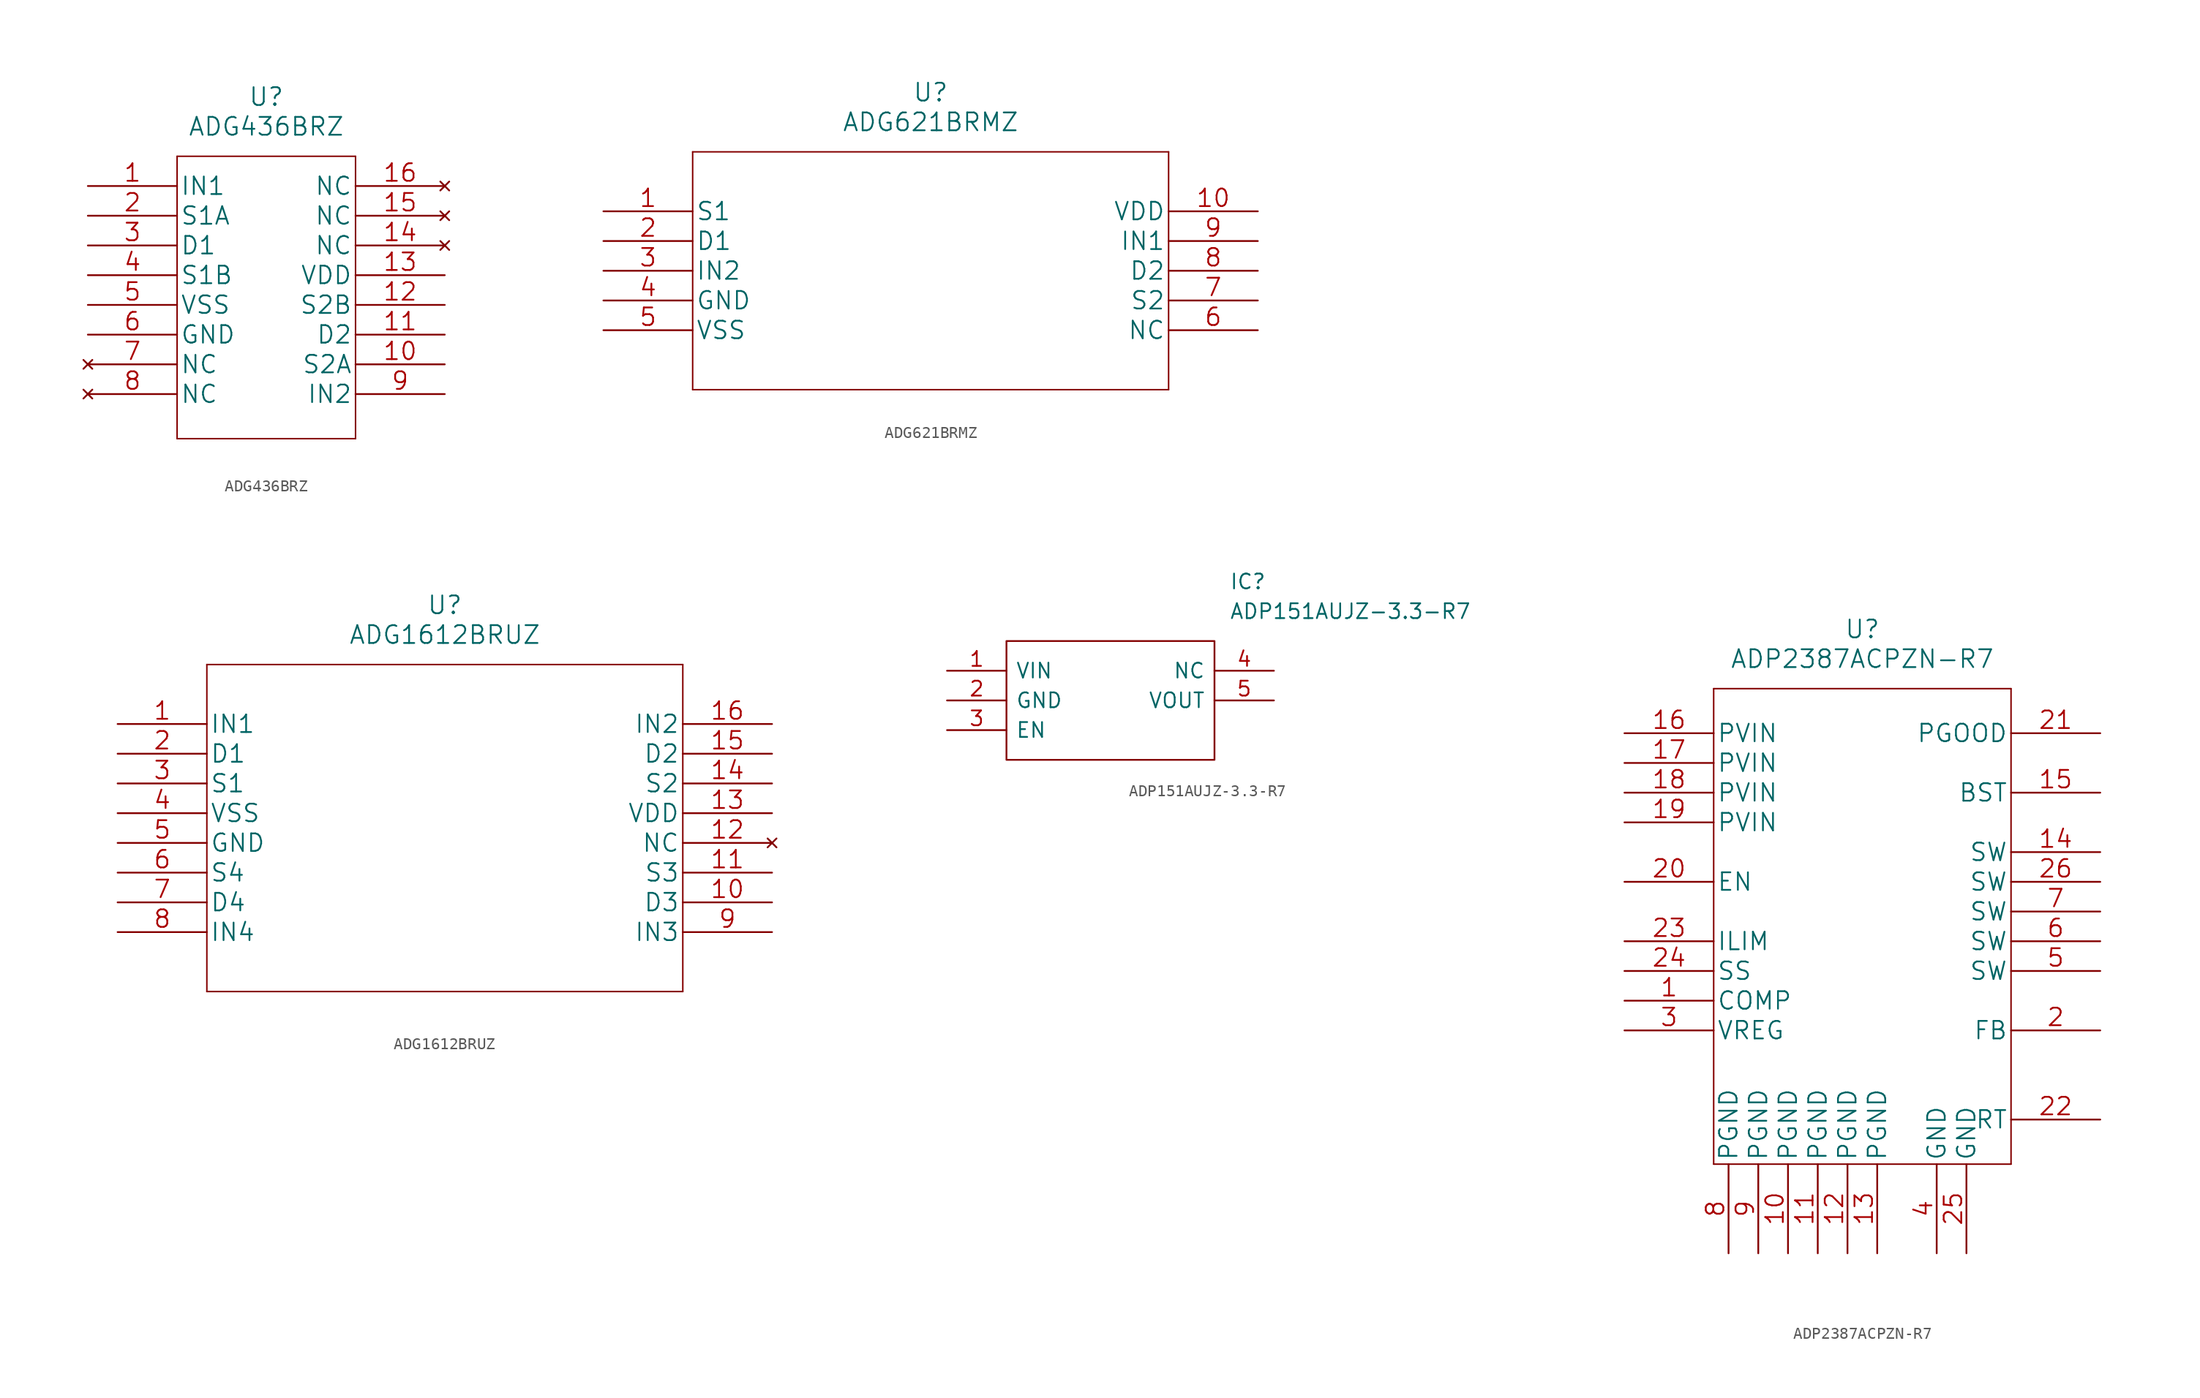
<source format=kicad_sym>
(kicad_symbol_lib
  (version 20211014)
  (generator kicad_symbol_editor)
  (symbol "ADG436BRZ"
    (pin_names
      (offset 0.254))
    (property "Reference" "U"
      (at 30.48 7.62 0)
      (effects (font (size 1.524 1.524))))
    (property "Value" "ADG436BRZ"
      (at 30.48 5.08 0)
      (effects (font (size 1.524 1.524))))
    (property "Datasheet" ""
      (at 15.24 0 0)
      (effects (font (size 1.524 1.524))))
    (property "ki_locked" ""
      (at 0 0 0)
      (effects (font (size 1.27 1.27))))
    (symbol "ADG436BRZ_1_1"
      (polyline (pts (xy 22.86 -21.59) (xy 38.1 -21.59)) (stroke (width 0.127) (type default) (color 0 0 0 0)) (fill (type none)))
      (polyline (pts (xy 22.86 2.54) (xy 22.86 -21.59)) (stroke (width 0.127) (type default) (color 0 0 0 0)) (fill (type none)))
      (polyline (pts (xy 38.1 -21.59) (xy 38.1 2.54)) (stroke (width 0.127) (type default) (color 0 0 0 0)) (fill (type none)))
      (polyline (pts (xy 38.1 2.54) (xy 22.86 2.54)) (stroke (width 0.127) (type default) (color 0 0 0 0)) (fill (type none)))
      (pin input line (at 15.24 0 0) (length 7.62) (name "IN1" (effects (font (size 1.499 1.499)))) (number "1" (effects (font (size 1.499 1.499)))))
      (pin bidirectional line (at 45.72 -15.24 180) (length 7.62) (name "S2A" (effects (font (size 1.499 1.499)))) (number "10" (effects (font (size 1.499 1.499)))))
      (pin bidirectional line (at 45.72 -12.7 180) (length 7.62) (name "D2" (effects (font (size 1.499 1.499)))) (number "11" (effects (font (size 1.499 1.499)))))
      (pin bidirectional line (at 45.72 -10.16 180) (length 7.62) (name "S2B" (effects (font (size 1.499 1.499)))) (number "12" (effects (font (size 1.499 1.499)))))
      (pin power_in line (at 45.72 -7.62 180) (length 7.62) (name "VDD" (effects (font (size 1.499 1.499)))) (number "13" (effects (font (size 1.499 1.499)))))
      (pin no_connect line (at 45.72 -5.08 180) (length 7.62) (name "NC" (effects (font (size 1.499 1.499)))) (number "14" (effects (font (size 1.499 1.499)))))
      (pin no_connect line (at 45.72 -2.54 180) (length 7.62) (name "NC" (effects (font (size 1.499 1.499)))) (number "15" (effects (font (size 1.499 1.499)))))
      (pin no_connect line (at 45.72 0 180) (length 7.62) (name "NC" (effects (font (size 1.499 1.499)))) (number "16" (effects (font (size 1.499 1.499)))))
      (pin bidirectional line (at 15.24 -2.54 0) (length 7.62) (name "S1A" (effects (font (size 1.499 1.499)))) (number "2" (effects (font (size 1.499 1.499)))))
      (pin bidirectional line (at 15.24 -5.08 0) (length 7.62) (name "D1" (effects (font (size 1.499 1.499)))) (number "3" (effects (font (size 1.499 1.499)))))
      (pin bidirectional line (at 15.24 -7.62 0) (length 7.62) (name "S1B" (effects (font (size 1.499 1.499)))) (number "4" (effects (font (size 1.499 1.499)))))
      (pin power_in line (at 15.24 -10.16 0) (length 7.62) (name "VSS" (effects (font (size 1.499 1.499)))) (number "5" (effects (font (size 1.499 1.499)))))
      (pin power_in line (at 15.24 -12.7 0) (length 7.62) (name "GND" (effects (font (size 1.499 1.499)))) (number "6" (effects (font (size 1.499 1.499)))))
      (pin no_connect line (at 15.24 -15.24 0) (length 7.62) (name "NC" (effects (font (size 1.499 1.499)))) (number "7" (effects (font (size 1.499 1.499)))))
      (pin no_connect line (at 15.24 -17.78 0) (length 7.62) (name "NC" (effects (font (size 1.499 1.499)))) (number "8" (effects (font (size 1.499 1.499)))))
      (pin input line (at 45.72 -17.78 180) (length 7.62) (name "IN2" (effects (font (size 1.499 1.499)))) (number "9" (effects (font (size 1.499 1.499)))))))
  (symbol "ADG621BRMZ"
    (pin_names
      (offset 0.254))
    (property "Reference" "U"
      (at 27.94 10.16 0)
      (effects (font (size 1.524 1.524))))
    (property "Value" "ADG621BRMZ"
      (at 27.94 7.62 0)
      (effects (font (size 1.524 1.524))))
    (property "Datasheet" ""
      (at 0 0 0)
      (effects (font (size 1.524 1.524))))
    (property "ki_locked" ""
      (at 0 0 0)
      (effects (font (size 1.27 1.27))))
    (symbol "ADG621BRMZ_1_1"
      (polyline (pts (xy 7.62 -15.24) (xy 48.26 -15.24)) (stroke (width 0.127) (type default) (color 0 0 0 0)) (fill (type none)))
      (polyline (pts (xy 7.62 5.08) (xy 7.62 -15.24)) (stroke (width 0.127) (type default) (color 0 0 0 0)) (fill (type none)))
      (polyline (pts (xy 48.26 -15.24) (xy 48.26 5.08)) (stroke (width 0.127) (type default) (color 0 0 0 0)) (fill (type none)))
      (polyline (pts (xy 48.26 5.08) (xy 7.62 5.08)) (stroke (width 0.127) (type default) (color 0 0 0 0)) (fill (type none)))
      (pin unspecified line (at 0 0 0) (length 7.62) (name "S1" (effects (font (size 1.499 1.499)))) (number "1" (effects (font (size 1.499 1.499)))))
      (pin power_in line (at 55.88 0 180) (length 7.62) (name "VDD" (effects (font (size 1.499 1.499)))) (number "10" (effects (font (size 1.499 1.499)))))
      (pin unspecified line (at 0 -2.54 0) (length 7.62) (name "D1" (effects (font (size 1.499 1.499)))) (number "2" (effects (font (size 1.499 1.499)))))
      (pin unspecified line (at 0 -5.08 0) (length 7.62) (name "IN2" (effects (font (size 1.499 1.499)))) (number "3" (effects (font (size 1.499 1.499)))))
      (pin unspecified line (at 0 -7.62 0) (length 7.62) (name "GND" (effects (font (size 1.499 1.499)))) (number "4" (effects (font (size 1.499 1.499)))))
      (pin power_in line (at 0 -10.16 0) (length 7.62) (name "VSS" (effects (font (size 1.499 1.499)))) (number "5" (effects (font (size 1.499 1.499)))))
      (pin unspecified line (at 55.88 -10.16 180) (length 7.62) (name "NC" (effects (font (size 1.499 1.499)))) (number "6" (effects (font (size 1.499 1.499)))))
      (pin unspecified line (at 55.88 -7.62 180) (length 7.62) (name "S2" (effects (font (size 1.499 1.499)))) (number "7" (effects (font (size 1.499 1.499)))))
      (pin unspecified line (at 55.88 -5.08 180) (length 7.62) (name "D2" (effects (font (size 1.499 1.499)))) (number "8" (effects (font (size 1.499 1.499)))))
      (pin unspecified line (at 55.88 -2.54 180) (length 7.62) (name "IN1" (effects (font (size 1.499 1.499)))) (number "9" (effects (font (size 1.499 1.499)))))))
  (symbol "ADG1612BRUZ"
    (pin_names
      (offset 0.254))
    (property "Reference" "U"
      (at 27.94 10.16 0)
      (effects (font (size 1.524 1.524))))
    (property "Value" "ADG1612BRUZ"
      (at 27.94 7.62 0)
      (effects (font (size 1.524 1.524))))
    (property "Datasheet" ""
      (at 0 0 0)
      (effects (font (size 1.524 1.524))))
    (property "ki_locked" ""
      (at 0 0 0)
      (effects (font (size 1.27 1.27))))
    (symbol "ADG1612BRUZ_1_1"
      (polyline (pts (xy 7.62 -22.86) (xy 48.26 -22.86)) (stroke (width 0.127) (type default) (color 0 0 0 0)) (fill (type none)))
      (polyline (pts (xy 7.62 5.08) (xy 7.62 -22.86)) (stroke (width 0.127) (type default) (color 0 0 0 0)) (fill (type none)))
      (polyline (pts (xy 48.26 -22.86) (xy 48.26 5.08)) (stroke (width 0.127) (type default) (color 0 0 0 0)) (fill (type none)))
      (polyline (pts (xy 48.26 5.08) (xy 7.62 5.08)) (stroke (width 0.127) (type default) (color 0 0 0 0)) (fill (type none)))
      (pin input line (at 0 0 0) (length 7.62) (name "IN1" (effects (font (size 1.499 1.499)))) (number "1" (effects (font (size 1.499 1.499)))))
      (pin bidirectional line (at 55.88 -15.24 180) (length 7.62) (name "D3" (effects (font (size 1.499 1.499)))) (number "10" (effects (font (size 1.499 1.499)))))
      (pin bidirectional line (at 55.88 -12.7 180) (length 7.62) (name "S3" (effects (font (size 1.499 1.499)))) (number "11" (effects (font (size 1.499 1.499)))))
      (pin no_connect line (at 55.88 -10.16 180) (length 7.62) (name "NC" (effects (font (size 1.499 1.499)))) (number "12" (effects (font (size 1.499 1.499)))))
      (pin power_in line (at 55.88 -7.62 180) (length 7.62) (name "VDD" (effects (font (size 1.499 1.499)))) (number "13" (effects (font (size 1.499 1.499)))))
      (pin bidirectional line (at 55.88 -5.08 180) (length 7.62) (name "S2" (effects (font (size 1.499 1.499)))) (number "14" (effects (font (size 1.499 1.499)))))
      (pin bidirectional line (at 55.88 -2.54 180) (length 7.62) (name "D2" (effects (font (size 1.499 1.499)))) (number "15" (effects (font (size 1.499 1.499)))))
      (pin input line (at 55.88 0 180) (length 7.62) (name "IN2" (effects (font (size 1.499 1.499)))) (number "16" (effects (font (size 1.499 1.499)))))
      (pin bidirectional line (at 0 -2.54 0) (length 7.62) (name "D1" (effects (font (size 1.499 1.499)))) (number "2" (effects (font (size 1.499 1.499)))))
      (pin bidirectional line (at 0 -5.08 0) (length 7.62) (name "S1" (effects (font (size 1.499 1.499)))) (number "3" (effects (font (size 1.499 1.499)))))
      (pin power_in line (at 0 -7.62 0) (length 7.62) (name "VSS" (effects (font (size 1.499 1.499)))) (number "4" (effects (font (size 1.499 1.499)))))
      (pin power_in line (at 0 -10.16 0) (length 7.62) (name "GND" (effects (font (size 1.499 1.499)))) (number "5" (effects (font (size 1.499 1.499)))))
      (pin bidirectional line (at 0 -12.7 0) (length 7.62) (name "S4" (effects (font (size 1.499 1.499)))) (number "6" (effects (font (size 1.499 1.499)))))
      (pin bidirectional line (at 0 -15.24 0) (length 7.62) (name "D4" (effects (font (size 1.499 1.499)))) (number "7" (effects (font (size 1.499 1.499)))))
      (pin input line (at 0 -17.78 0) (length 7.62) (name "IN4" (effects (font (size 1.499 1.499)))) (number "8" (effects (font (size 1.499 1.499)))))
      (pin input line (at 55.88 -17.78 180) (length 7.62) (name "IN3" (effects (font (size 1.499 1.499)))) (number "9" (effects (font (size 1.499 1.499)))))))
  (symbol "ADP151AUJZ-3.3-R7"
    (pin_names
      (offset 0.762))
    (property "Reference" "IC"
      (at 24.13 7.62 0)
      (effects (font (size 1.27 1.27)) (justify left)))
    (property "Value" "ADP151AUJZ-3.3-R7"
      (at 24.13 5.08 0)
      (effects (font (size 1.27 1.27)) (justify left)))
    (symbol "ADP151AUJZ-3.3-R7_0_0"
      (pin power_in line (at 0 0 0) (length 5.08) (name "VIN" (effects (font (size 1.27 1.27)))) (number "1" (effects (font (size 1.27 1.27)))))
      (pin power_in line (at 0 -2.54 0) (length 5.08) (name "GND" (effects (font (size 1.27 1.27)))) (number "2" (effects (font (size 1.27 1.27)))))
      (pin bidirectional line (at 0 -5.08 0) (length 5.08) (name "EN" (effects (font (size 1.27 1.27)))) (number "3" (effects (font (size 1.27 1.27)))))
      (pin passive line (at 27.94 0 180) (length 5.08) (name "NC" (effects (font (size 1.27 1.27)))) (number "4" (effects (font (size 1.27 1.27)))))
      (pin bidirectional line (at 27.94 -2.54 180) (length 5.08) (name "VOUT" (effects (font (size 1.27 1.27)))) (number "5" (effects (font (size 1.27 1.27))))))
    (symbol "ADP151AUJZ-3.3-R7_0_1"
      (polyline (pts (xy 5.08 2.54) (xy 22.86 2.54) (xy 22.86 -7.62) (xy 5.08 -7.62) (xy 5.08 2.54)) (stroke (width 0.152) (type default) (color 0 0 0 0)) (fill (type none)))))
  (symbol "ADP2387ACPZN-R7"
    (pin_names
      (offset 0.254))
    (property "Reference" "U"
      (at 20.32 10.16 0)
      (effects (font (size 1.524 1.524))))
    (property "Value" "ADP2387ACPZN-R7"
      (at 20.32 7.62 0)
      (effects (font (size 1.524 1.524))))
    (property "Datasheet" ""
      (at 40.64 -26.67 0)
      (effects (font (size 1.524 1.524))))
    (property "ki_locked" ""
      (at 0 0 0)
      (effects (font (size 1.27 1.27))))
    (symbol "ADP2387ACPZN-R7_1_1"
      (polyline (pts (xy 7.62 -35.56) (xy 33.02 -35.56)) (stroke (width 0.127) (type default) (color 0 0 0 0)) (fill (type none)))
      (polyline (pts (xy 7.62 5.08) (xy 7.62 -35.56)) (stroke (width 0.127) (type default) (color 0 0 0 0)) (fill (type none)))
      (polyline (pts (xy 33.02 -35.56) (xy 33.02 5.08)) (stroke (width 0.127) (type default) (color 0 0 0 0)) (fill (type none)))
      (polyline (pts (xy 33.02 5.08) (xy 7.62 5.08)) (stroke (width 0.127) (type default) (color 0 0 0 0)) (fill (type none)))
      (pin passive line (at 0 -21.59 0) (length 7.62) (name "COMP" (effects (font (size 1.499 1.499)))) (number "1" (effects (font (size 1.499 1.499)))))
      (pin power_in line (at 13.97 -43.18 90) (length 7.62) (name "PGND" (effects (font (size 1.499 1.499)))) (number "10" (effects (font (size 1.499 1.499)))))
      (pin power_in line (at 16.51 -43.18 90) (length 7.62) (name "PGND" (effects (font (size 1.499 1.499)))) (number "11" (effects (font (size 1.499 1.499)))))
      (pin power_in line (at 19.05 -43.18 90) (length 7.62) (name "PGND" (effects (font (size 1.499 1.499)))) (number "12" (effects (font (size 1.499 1.499)))))
      (pin power_in line (at 21.59 -43.18 90) (length 7.62) (name "PGND" (effects (font (size 1.499 1.499)))) (number "13" (effects (font (size 1.499 1.499)))))
      (pin passive line (at 40.64 -8.89 180) (length 7.62) (name "SW" (effects (font (size 1.499 1.499)))) (number "14" (effects (font (size 1.499 1.499)))))
      (pin passive line (at 40.64 -3.81 180) (length 7.62) (name "BST" (effects (font (size 1.499 1.499)))) (number "15" (effects (font (size 1.499 1.499)))))
      (pin passive line (at 0 1.27 0) (length 7.62) (name "PVIN" (effects (font (size 1.499 1.499)))) (number "16" (effects (font (size 1.499 1.499)))))
      (pin passive line (at 0 -1.27 0) (length 7.62) (name "PVIN" (effects (font (size 1.499 1.499)))) (number "17" (effects (font (size 1.499 1.499)))))
      (pin passive line (at 0 -3.81 0) (length 7.62) (name "PVIN" (effects (font (size 1.499 1.499)))) (number "18" (effects (font (size 1.499 1.499)))))
      (pin passive line (at 0 -6.35 0) (length 7.62) (name "PVIN" (effects (font (size 1.499 1.499)))) (number "19" (effects (font (size 1.499 1.499)))))
      (pin passive line (at 40.64 -24.13 180) (length 7.62) (name "FB" (effects (font (size 1.499 1.499)))) (number "2" (effects (font (size 1.499 1.499)))))
      (pin passive line (at 0 -11.43 0) (length 7.62) (name "EN" (effects (font (size 1.499 1.499)))) (number "20" (effects (font (size 1.499 1.499)))))
      (pin passive line (at 40.64 1.27 180) (length 7.62) (name "PGOOD" (effects (font (size 1.499 1.499)))) (number "21" (effects (font (size 1.499 1.499)))))
      (pin passive line (at 40.64 -31.75 180) (length 7.62) (name "RT" (effects (font (size 1.499 1.499)))) (number "22" (effects (font (size 1.499 1.499)))))
      (pin passive line (at 0 -16.51 0) (length 7.62) (name "ILIM" (effects (font (size 1.499 1.499)))) (number "23" (effects (font (size 1.499 1.499)))))
      (pin passive line (at 0 -19.05 0) (length 7.62) (name "SS" (effects (font (size 1.499 1.499)))) (number "24" (effects (font (size 1.499 1.499)))))
      (pin power_in line (at 29.21 -43.18 90) (length 7.62) (name "GND" (effects (font (size 1.499 1.499)))) (number "25" (effects (font (size 1.499 1.499)))))
      (pin passive line (at 40.64 -11.43 180) (length 7.62) (name "SW" (effects (font (size 1.499 1.499)))) (number "26" (effects (font (size 1.499 1.499)))))
      (pin passive line (at 0 -24.13 0) (length 7.62) (name "VREG" (effects (font (size 1.499 1.499)))) (number "3" (effects (font (size 1.499 1.499)))))
      (pin power_in line (at 26.67 -43.18 90) (length 7.62) (name "GND" (effects (font (size 1.499 1.499)))) (number "4" (effects (font (size 1.499 1.499)))))
      (pin passive line (at 40.64 -19.05 180) (length 7.62) (name "SW" (effects (font (size 1.499 1.499)))) (number "5" (effects (font (size 1.499 1.499)))))
      (pin passive line (at 40.64 -16.51 180) (length 7.62) (name "SW" (effects (font (size 1.499 1.499)))) (number "6" (effects (font (size 1.499 1.499)))))
      (pin passive line (at 40.64 -13.97 180) (length 7.62) (name "SW" (effects (font (size 1.499 1.499)))) (number "7" (effects (font (size 1.499 1.499)))))
      (pin power_in line (at 8.89 -43.18 90) (length 7.62) (name "PGND" (effects (font (size 1.499 1.499)))) (number "8" (effects (font (size 1.499 1.499)))))
      (pin power_in line (at 11.43 -43.18 90) (length 7.62) (name "PGND" (effects (font (size 1.499 1.499)))) (number "9" (effects (font (size 1.499 1.499))))))))
</source>
